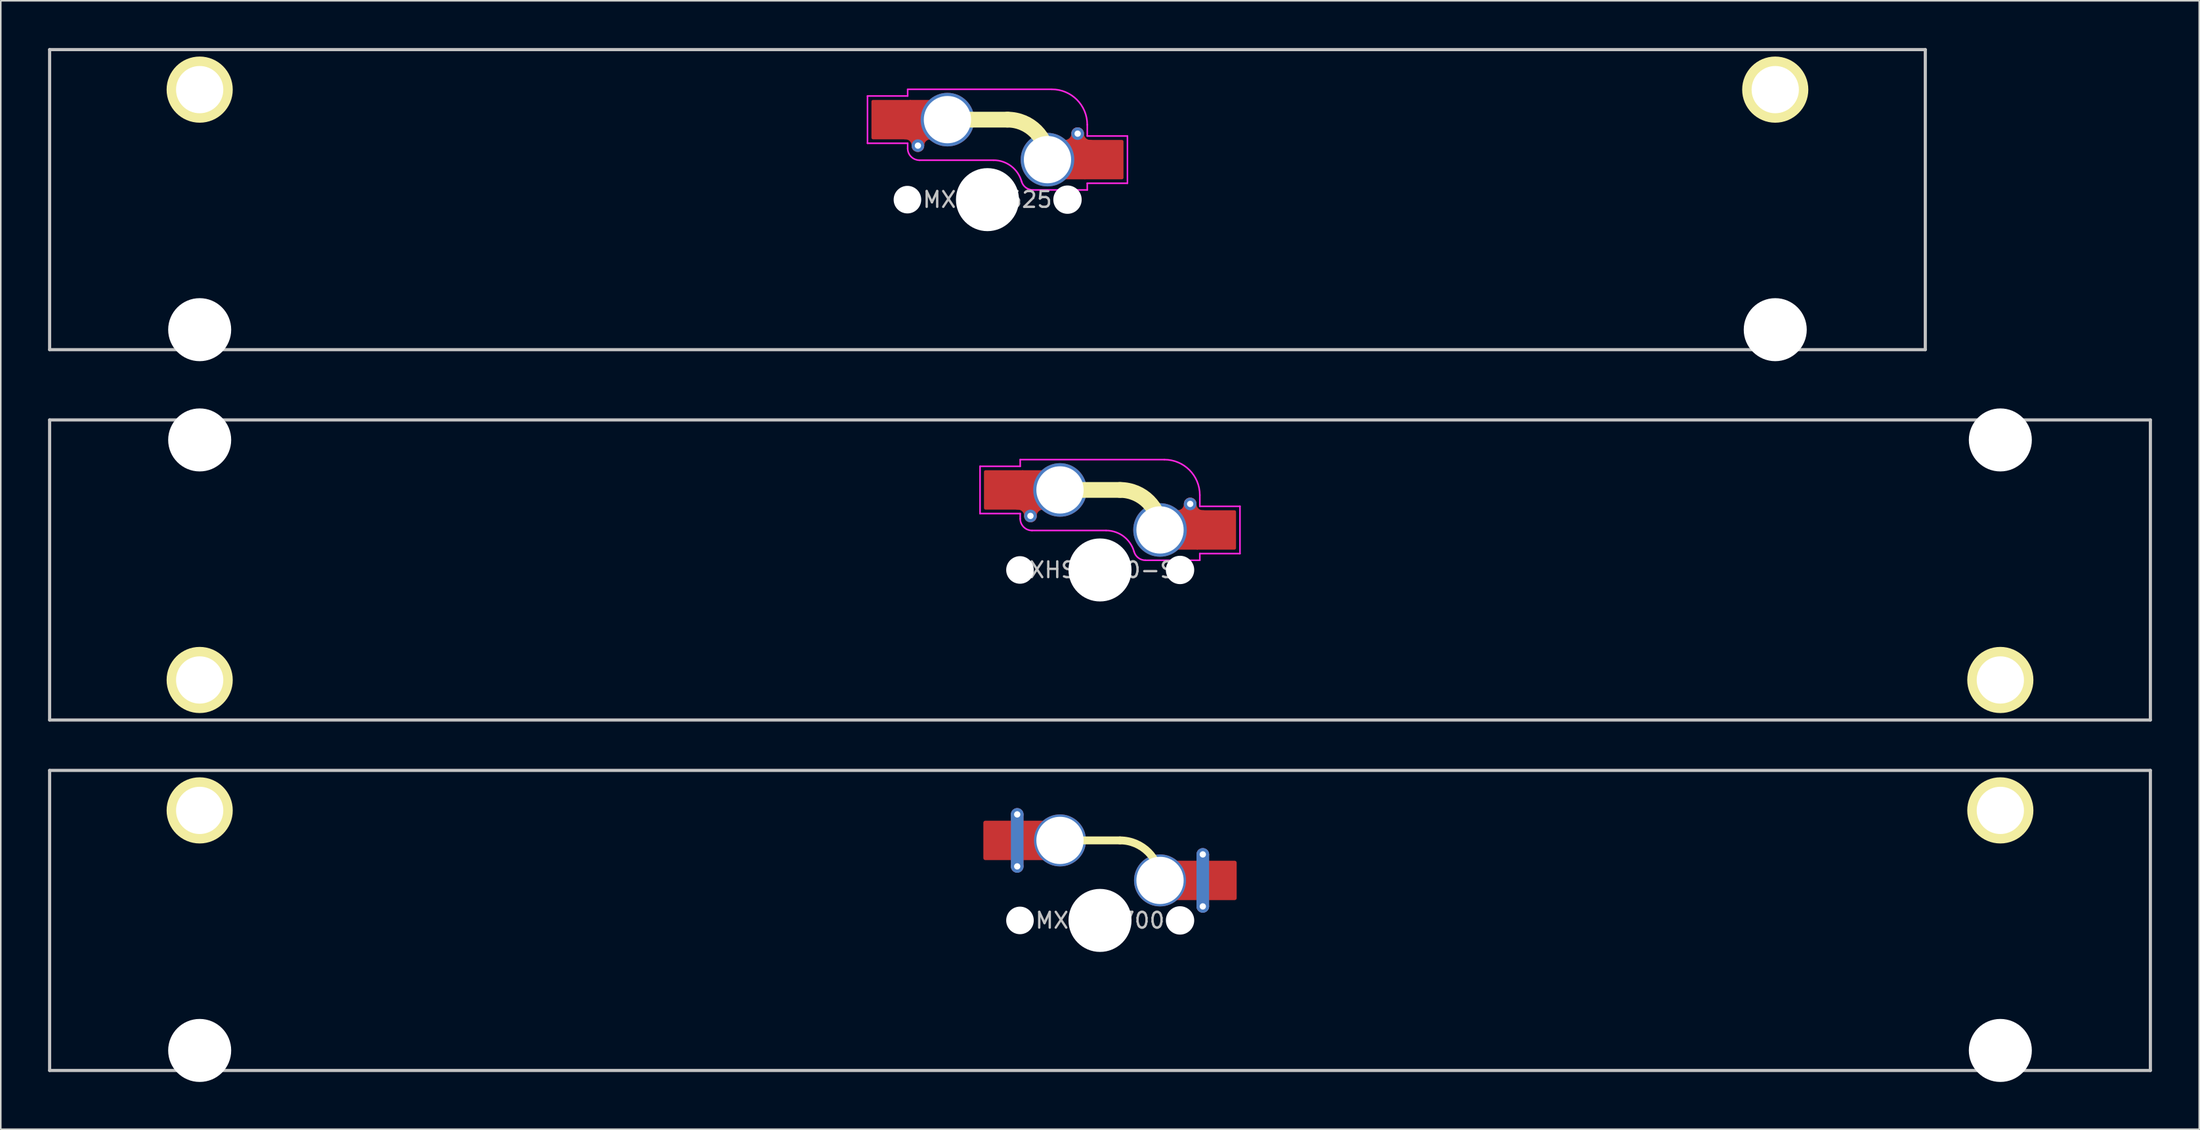
<source format=kicad_pcb>
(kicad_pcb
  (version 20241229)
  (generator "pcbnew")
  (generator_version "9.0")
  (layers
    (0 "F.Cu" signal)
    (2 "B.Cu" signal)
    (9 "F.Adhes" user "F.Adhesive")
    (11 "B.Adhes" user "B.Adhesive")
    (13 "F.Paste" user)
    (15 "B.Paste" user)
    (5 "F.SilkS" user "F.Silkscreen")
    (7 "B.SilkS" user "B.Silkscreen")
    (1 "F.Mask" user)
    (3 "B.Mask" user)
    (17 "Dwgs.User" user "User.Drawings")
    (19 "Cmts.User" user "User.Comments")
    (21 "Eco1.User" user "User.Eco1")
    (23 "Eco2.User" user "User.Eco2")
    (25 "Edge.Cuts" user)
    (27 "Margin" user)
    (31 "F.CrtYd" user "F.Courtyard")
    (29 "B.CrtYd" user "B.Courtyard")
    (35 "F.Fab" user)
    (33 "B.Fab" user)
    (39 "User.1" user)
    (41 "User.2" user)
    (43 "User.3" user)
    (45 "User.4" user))
  (footprint "MXHS-625"
    (layer "F.Cu")
    (at 59.631 9.625)
    (property "Reference" "MXHS-625" (at 0 0 0) (layer "Dwgs.User") (effects (font (size 1 1) (thickness 0.15))))
    (attr through_hole)
    (fp_arc (start -5.215 -4.23) (mid -4.649315 -3.995685) (end -4.415 -3.43) (stroke (width 0.8) (type solid)) (layer "F.Cu"))
    (fp_arc (start -4.415 -3.43) (mid -4.180685 -3.995685) (end -3.615 -4.23) (stroke (width 0.8) (type solid)) (layer "F.Cu"))
    (fp_arc (start 5.725 -4.19) (mid 5.490685 -3.624315) (end 4.925 -3.39) (stroke (width 0.8) (type solid)) (layer "F.Cu"))
    (fp_arc (start 6.525 -3.39) (mid 5.959315 -3.624315) (end 5.725 -4.19) (stroke (width 0.8) (type solid)) (layer "F.Cu"))
    (fp_line (start -2.54 -5.08) (end 1.27 -5.08) (stroke (width 1) (type solid)) (layer "F.SilkS"))
    (fp_arc (start 1.27 -5.08) (mid 3.066051 -4.336051) (end 3.81 -2.54) (stroke (width 1) (type solid)) (layer "F.SilkS"))
    (fp_circle (center -50.006 -6.985) (end -48.006 -6.985) (stroke (width 0.2) (type solid)) (fill yes) (layer "F.SilkS"))
    (fp_circle (center 50.006 -6.985) (end 52.006 -6.985) (stroke (width 0.2) (type solid)) (fill yes) (layer "F.SilkS"))
    (fp_line (start -59.531 -9.525) (end -59.531 9.525) (stroke (width 0.2) (type solid)) (layer "Dwgs.User"))
    (fp_line (start -59.531 9.525) (end 59.531 9.525) (stroke (width 0.2) (type solid)) (layer "Dwgs.User"))
    (fp_line (start 59.531 -9.525) (end -59.531 -9.525) (stroke (width 0.2) (type solid)) (layer "Dwgs.User"))
    (fp_line (start 59.531 9.525) (end 59.531 -9.525) (stroke (width 0.2) (type solid)) (layer "Dwgs.User"))
    (fp_line (start -7.615 -6.58) (end -5.065 -6.58) (stroke (width 0.1) (type solid)) (layer "F.CrtYd"))
    (fp_line (start -7.615 -3.58) (end -7.615 -6.58) (stroke (width 0.1) (type solid)) (layer "F.CrtYd"))
    (fp_line (start -5.065 -7.005) (end 4.085 -7.005) (stroke (width 0.1) (type solid)) (layer "F.CrtYd"))
    (fp_line (start -5.065 -6.58) (end -5.065 -7.005) (stroke (width 0.1) (type solid)) (layer "F.CrtYd"))
    (fp_line (start -5.065 -3.58) (end -7.615 -3.58) (stroke (width 0.1) (type solid)) (layer "F.CrtYd"))
    (fp_line (start -5.065 -3.255) (end -5.065 -3.58) (stroke (width 0.1) (type solid)) (layer "F.CrtYd"))
    (fp_line (start 0.385 -2.505) (end -4.315 -2.505) (stroke (width 0.1) (type solid)) (layer "F.CrtYd"))
    (fp_line (start 6.335 -4.755) (end 6.335 -4.04) (stroke (width 0.1) (type solid)) (layer "F.CrtYd"))
    (fp_line (start 6.335 -4.04) (end 8.885 -4.04) (stroke (width 0.1) (type solid)) (layer "F.CrtYd"))
    (fp_line (start 6.335 -1.04) (end 6.335 -0.615) (stroke (width 0.1) (type solid)) (layer "F.CrtYd"))
    (fp_line (start 6.335 -0.615) (end 2.885 -0.615) (stroke (width 0.1) (type solid)) (layer "F.CrtYd"))
    (fp_line (start 8.885 -4.04) (end 8.885 -1.04) (stroke (width 0.1) (type solid)) (layer "F.CrtYd"))
    (fp_line (start 8.885 -1.04) (end 6.335 -1.04) (stroke (width 0.1) (type solid)) (layer "F.CrtYd"))
    (fp_arc (start -4.315 -2.505) (mid -4.84533 -2.72467) (end -5.065 -3.255) (stroke (width 0.1) (type solid)) (layer "F.CrtYd"))
    (fp_arc (start 0.385 -2.505) (mid 1.499718 -2.131055) (end 2.163413 -1.16052) (stroke (width 0.1) (type solid)) (layer "F.CrtYd"))
    (fp_arc (start 2.884999 -0.615) (mid 2.432706 -0.766728) (end 2.163413 -1.16052) (stroke (width 0.1) (type solid)) (layer "F.CrtYd"))
    (fp_arc (start 4.085 -7.005) (mid 5.67599 -6.34599) (end 6.335 -4.755) (stroke (width 0.1) (type solid)) (layer "F.CrtYd"))
    (pad "" np_thru_hole circle (at -50.006 -6.985) (size 3 3) (drill 3) (layers "*.Cu" "*.Mask"))
    (pad "" np_thru_hole circle (at -50.006 8.255) (size 4 4) (drill 4) (layers "*.Cu" "*.Mask"))
    (pad "" np_thru_hole circle (at -5.08 0) (size 1.75 1.75) (drill 1.75) (layers "*.Cu" "*.Mask"))
    (pad "" np_thru_hole circle (at 0 0) (size 4 4) (drill 4) (layers "*.Cu" "*.Mask"))
    (pad "" np_thru_hole circle (at 5.08 0) (size 1.8 1.8) (drill 1.8) (layers "*.Cu" "*.Mask"))
    (pad "" np_thru_hole circle (at 50.006 -6.985) (size 3 3) (drill 3) (layers "*.Cu" "*.Mask"))
    (pad "" np_thru_hole circle (at 50.006 8.255) (size 4 4) (drill 4) (layers "*.Cu" "*.Mask"))
    (pad "1" thru_hole circle (at 3.81 -2.54) (size 3.4 3.4) (drill 3) (layers "*.Cu" "F.Mask"))
    (pad "1" smd rect (at 5.21 -2.54) (size 2 2.5) (layers "F.Cu"))
    (pad "1" thru_hole circle (at 5.725 -4.19 180) (size 0.8 0.8) (drill 0.4) (layers "*.Cu"))
    (pad "1" smd roundrect (at 5.725 -3.365) (size 0.8 2.45) (layers "F.Cu") (roundrect_rratio 0.5))
    (pad "1" smd roundrect (at 7.36 -2.54) (size 2.55 2.5) (layers "F.Cu" "F.Mask" "F.Paste") (roundrect_rratio 0.04))
    (pad "2" smd roundrect (at -6.09 -5.08) (size 2.55 2.5) (layers "F.Cu" "F.Mask" "F.Paste") (roundrect_rratio 0.04))
    (pad "2" smd roundrect (at -4.415 -4.255) (size 0.8 2.45) (layers "F.Cu") (roundrect_rratio 0.5))
    (pad "2" thru_hole circle (at -4.415 -3.43 180) (size 0.8 0.8) (drill 0.4) (layers "*.Cu"))
    (pad "2" smd rect (at -3.94 -5.08) (size 2 2.5) (layers "F.Cu"))
    (pad "2" thru_hole circle (at -2.54 -5.08) (size 3.4 3.4) (drill 3) (layers "*.Cu" "F.Mask")))
  (footprint "MXHS-700"
    (layer "F.Cu")
    (at 66.775 55.385)
    (property "Reference" "MXHS-700" (at 0 0 0) (layer "Dwgs.User") (effects (font (size 1 1) (thickness 0.15))))
    (attr through_hole)
    (fp_line (start -2.54 -5.08) (end 1.27 -5.08) (stroke (width 0.5) (type solid)) (layer "F.SilkS"))
    (fp_arc (start 1.27 -5.08) (mid 3.066051 -4.336051) (end 3.81 -2.54) (stroke (width 0.5) (type solid)) (layer "F.SilkS"))
    (fp_circle (center -57.15 -6.985) (end -55.15 -6.985) (stroke (width 0.2) (type solid)) (fill yes) (layer "F.SilkS"))
    (fp_circle (center 57.15 -6.985) (end 59.15 -6.985) (stroke (width 0.2) (type solid)) (fill yes) (layer "F.SilkS"))
    (fp_line (start -66.675 -9.525) (end -66.675 9.525) (stroke (width 0.2) (type solid)) (layer "Dwgs.User"))
    (fp_line (start -66.675 9.525) (end 66.675 9.525) (stroke (width 0.2) (type solid)) (layer "Dwgs.User"))
    (fp_line (start 66.675 -9.525) (end -66.675 -9.525) (stroke (width 0.2) (type solid)) (layer "Dwgs.User"))
    (fp_line (start 66.675 9.525) (end 66.675 -9.525) (stroke (width 0.2) (type solid)) (layer "Dwgs.User"))
    (pad "" np_thru_hole circle (at -57.15 -6.985) (size 3 3) (drill 3) (layers "*.Cu" "*.Mask"))
    (pad "" np_thru_hole circle (at -57.15 8.255) (size 4 4) (drill 4) (layers "*.Cu" "*.Mask"))
    (pad "" np_thru_hole circle (at -5.08 0) (size 1.75 1.75) (drill 1.75) (layers "*.Cu" "*.Mask"))
    (pad "" np_thru_hole circle (at 0 0) (size 4 4) (drill 4) (layers "*.Cu" "*.Mask"))
    (pad "" np_thru_hole circle (at 5.08 0) (size 1.8 1.8) (drill 1.8) (layers "*.Cu" "*.Mask"))
    (pad "" np_thru_hole circle (at 57.15 -6.985) (size 3 3) (drill 3) (layers "*.Cu" "*.Mask"))
    (pad "" np_thru_hole circle (at 57.15 8.255) (size 4 4) (drill 4) (layers "*.Cu" "*.Mask"))
    (pad "1" thru_hole circle (at 3.81 -2.54) (size 3.3 3.3) (drill 3) (layers "*.Cu" "F.Mask"))
    (pad "1" smd rect (at 5.25 -2.54) (size 2 2.5) (layers "F.Cu"))
    (pad "1" thru_hole circle (at 6.525 -4.19 180) (size 0.8 0.8) (drill 0.4) (layers "*.Cu"))
    (pad "1" smd roundrect (at 6.525 -2.54) (size 0.8 4.1) (layers "F.Cu") (roundrect_rratio 0.5))
    (pad "1" smd roundrect (at 6.525 -2.54) (size 0.8 4.1) (layers "B.Cu") (roundrect_rratio 0.5))
    (pad "1" thru_hole circle (at 6.525 -0.89 180) (size 0.8 0.8) (drill 0.4) (layers "*.Cu"))
    (pad "1" smd roundrect (at 7.4 -2.54) (size 2.55 2.5) (layers "F.Cu" "F.Mask" "F.Paste") (roundrect_rratio 0.05))
    (pad "2" smd roundrect (at -6.13 -5.08) (size 2.55 2.5) (layers "F.Cu" "F.Mask" "F.Paste") (roundrect_rratio 0.05))
    (pad "2" thru_hole circle (at -5.255 -6.73 180) (size 0.8 0.8) (drill 0.4) (layers "*.Cu"))
    (pad "2" smd roundrect (at -5.255 -5.08) (size 0.8 4.1) (layers "F.Cu") (roundrect_rratio 0.5))
    (pad "2" smd roundrect (at -5.255 -5.08) (size 0.8 4.1) (layers "B.Cu") (roundrect_rratio 0.5))
    (pad "2" thru_hole circle (at -5.255 -3.43 180) (size 0.8 0.8) (drill 0.4) (layers "*.Cu"))
    (pad "2" smd rect (at -3.98 -5.08) (size 2 2.5) (layers "F.Cu"))
    (pad "2" thru_hole circle (at -2.54 -5.08) (size 3.3 3.3) (drill 3) (layers "*.Cu" "F.Mask")))
  (footprint "MXHS-700-SF"
    (layer "F.Cu")
    (at 66.775 33.135)
    (property "Reference" "MXHS-700-SF" (at 0 0 0) (layer "Dwgs.User") (effects (font (size 1 1) (thickness 0.15))))
    (attr through_hole)
    (fp_arc (start -5.215 -4.23) (mid -4.649315 -3.995685) (end -4.415 -3.43) (stroke (width 0.8) (type solid)) (layer "F.Cu"))
    (fp_arc (start -4.415 -3.43) (mid -4.180685 -3.995685) (end -3.615 -4.23) (stroke (width 0.8) (type solid)) (layer "F.Cu"))
    (fp_arc (start 5.725 -4.19) (mid 5.490685 -3.624315) (end 4.925 -3.39) (stroke (width 0.8) (type solid)) (layer "F.Cu"))
    (fp_arc (start 6.525 -3.39) (mid 5.959315 -3.624315) (end 5.725 -4.19) (stroke (width 0.8) (type solid)) (layer "F.Cu"))
    (fp_line (start -2.54 -5.08) (end 1.27 -5.08) (stroke (width 1) (type solid)) (layer "F.SilkS"))
    (fp_arc (start 1.27 -5.08) (mid 3.066051 -4.336051) (end 3.81 -2.54) (stroke (width 1) (type solid)) (layer "F.SilkS"))
    (fp_circle (center -57.15 6.985) (end -59.15 6.985) (stroke (width 0.2) (type solid)) (fill yes) (layer "F.SilkS"))
    (fp_circle (center 57.15 6.985) (end 55.15 6.985) (stroke (width 0.2) (type solid)) (fill yes) (layer "F.SilkS"))
    (fp_line (start -66.675 -9.525) (end -66.675 9.525) (stroke (width 0.2) (type solid)) (layer "Dwgs.User"))
    (fp_line (start -66.675 9.525) (end 66.675 9.525) (stroke (width 0.2) (type solid)) (layer "Dwgs.User"))
    (fp_line (start 66.675 -9.525) (end -66.675 -9.525) (stroke (width 0.2) (type solid)) (layer "Dwgs.User"))
    (fp_line (start 66.675 9.525) (end 66.675 -9.525) (stroke (width 0.2) (type solid)) (layer "Dwgs.User"))
    (fp_line (start -7.615 -6.58) (end -5.065 -6.58) (stroke (width 0.1) (type solid)) (layer "F.CrtYd"))
    (fp_line (start -7.615 -3.58) (end -7.615 -6.58) (stroke (width 0.1) (type solid)) (layer "F.CrtYd"))
    (fp_line (start -5.065 -7.005) (end 4.085 -7.005) (stroke (width 0.1) (type solid)) (layer "F.CrtYd"))
    (fp_line (start -5.065 -6.58) (end -5.065 -7.005) (stroke (width 0.1) (type solid)) (layer "F.CrtYd"))
    (fp_line (start -5.065 -3.58) (end -7.615 -3.58) (stroke (width 0.1) (type solid)) (layer "F.CrtYd"))
    (fp_line (start -5.065 -3.255) (end -5.065 -3.58) (stroke (width 0.1) (type solid)) (layer "F.CrtYd"))
    (fp_line (start 0.385 -2.505) (end -4.315 -2.505) (stroke (width 0.1) (type solid)) (layer "F.CrtYd"))
    (fp_line (start 6.335 -4.755) (end 6.335 -4.04) (stroke (width 0.1) (type solid)) (layer "F.CrtYd"))
    (fp_line (start 6.335 -4.04) (end 8.885 -4.04) (stroke (width 0.1) (type solid)) (layer "F.CrtYd"))
    (fp_line (start 6.335 -1.04) (end 6.335 -0.615) (stroke (width 0.1) (type solid)) (layer "F.CrtYd"))
    (fp_line (start 6.335 -0.615) (end 2.885 -0.615) (stroke (width 0.1) (type solid)) (layer "F.CrtYd"))
    (fp_line (start 8.885 -4.04) (end 8.885 -1.04) (stroke (width 0.1) (type solid)) (layer "F.CrtYd"))
    (fp_line (start 8.885 -1.04) (end 6.335 -1.04) (stroke (width 0.1) (type solid)) (layer "F.CrtYd"))
    (fp_arc (start -4.315 -2.505) (mid -4.84533 -2.72467) (end -5.065 -3.255) (stroke (width 0.1) (type solid)) (layer "F.CrtYd"))
    (fp_arc (start 0.385 -2.505) (mid 1.499718 -2.131055) (end 2.163413 -1.16052) (stroke (width 0.1) (type solid)) (layer "F.CrtYd"))
    (fp_arc (start 2.884999 -0.615) (mid 2.432706 -0.766728) (end 2.163413 -1.16052) (stroke (width 0.1) (type solid)) (layer "F.CrtYd"))
    (fp_arc (start 4.085 -7.005) (mid 5.67599 -6.34599) (end 6.335 -4.755) (stroke (width 0.1) (type solid)) (layer "F.CrtYd"))
    (pad "" np_thru_hole circle (at -57.15 -8.255 180) (size 4 4) (drill 4) (layers "*.Cu" "*.Mask"))
    (pad "" np_thru_hole circle (at -57.15 6.985 180) (size 3 3) (drill 3) (layers "*.Cu" "*.Mask"))
    (pad "" np_thru_hole circle (at -5.08 0) (size 1.75 1.75) (drill 1.75) (layers "*.Cu" "*.Mask"))
    (pad "" np_thru_hole circle (at 0 0) (size 4 4) (drill 4) (layers "*.Cu" "*.Mask"))
    (pad "" np_thru_hole circle (at 5.08 0) (size 1.8 1.8) (drill 1.8) (layers "*.Cu" "*.Mask"))
    (pad "" np_thru_hole circle (at 57.15 -8.255 180) (size 4 4) (drill 4) (layers "*.Cu" "*.Mask"))
    (pad "" np_thru_hole circle (at 57.15 6.985 180) (size 3 3) (drill 3) (layers "*.Cu" "*.Mask"))
    (pad "1" thru_hole circle (at 3.81 -2.54) (size 3.4 3.4) (drill 3) (layers "*.Cu" "F.Mask"))
    (pad "1" smd rect (at 5.21 -2.54) (size 2 2.5) (layers "F.Cu"))
    (pad "1" thru_hole circle (at 5.725 -4.19 180) (size 0.8 0.8) (drill 0.4) (layers "*.Cu"))
    (pad "1" smd roundrect (at 5.725 -3.365) (size 0.8 2.45) (layers "F.Cu") (roundrect_rratio 0.5))
    (pad "1" smd roundrect (at 7.36 -2.54) (size 2.55 2.5) (layers "F.Cu" "F.Mask" "F.Paste") (roundrect_rratio 0.04))
    (pad "2" smd roundrect (at -6.09 -5.08) (size 2.55 2.5) (layers "F.Cu" "F.Mask" "F.Paste") (roundrect_rratio 0.04))
    (pad "2" smd roundrect (at -4.415 -4.255) (size 0.8 2.45) (layers "F.Cu") (roundrect_rratio 0.5))
    (pad "2" thru_hole circle (at -4.415 -3.43 180) (size 0.8 0.8) (drill 0.4) (layers "*.Cu"))
    (pad "2" smd rect (at -3.94 -5.08) (size 2 2.5) (layers "F.Cu"))
    (pad "2" thru_hole circle (at -2.54 -5.08) (size 3.4 3.4) (drill 3) (layers "*.Cu" "F.Mask")))
  (gr_rect
    (start -3 -3)
    (end 136.55 68.64)
    (stroke (width 0.1) (type default))
    (fill no)
    (layer "Edge.Cuts")))
</source>
